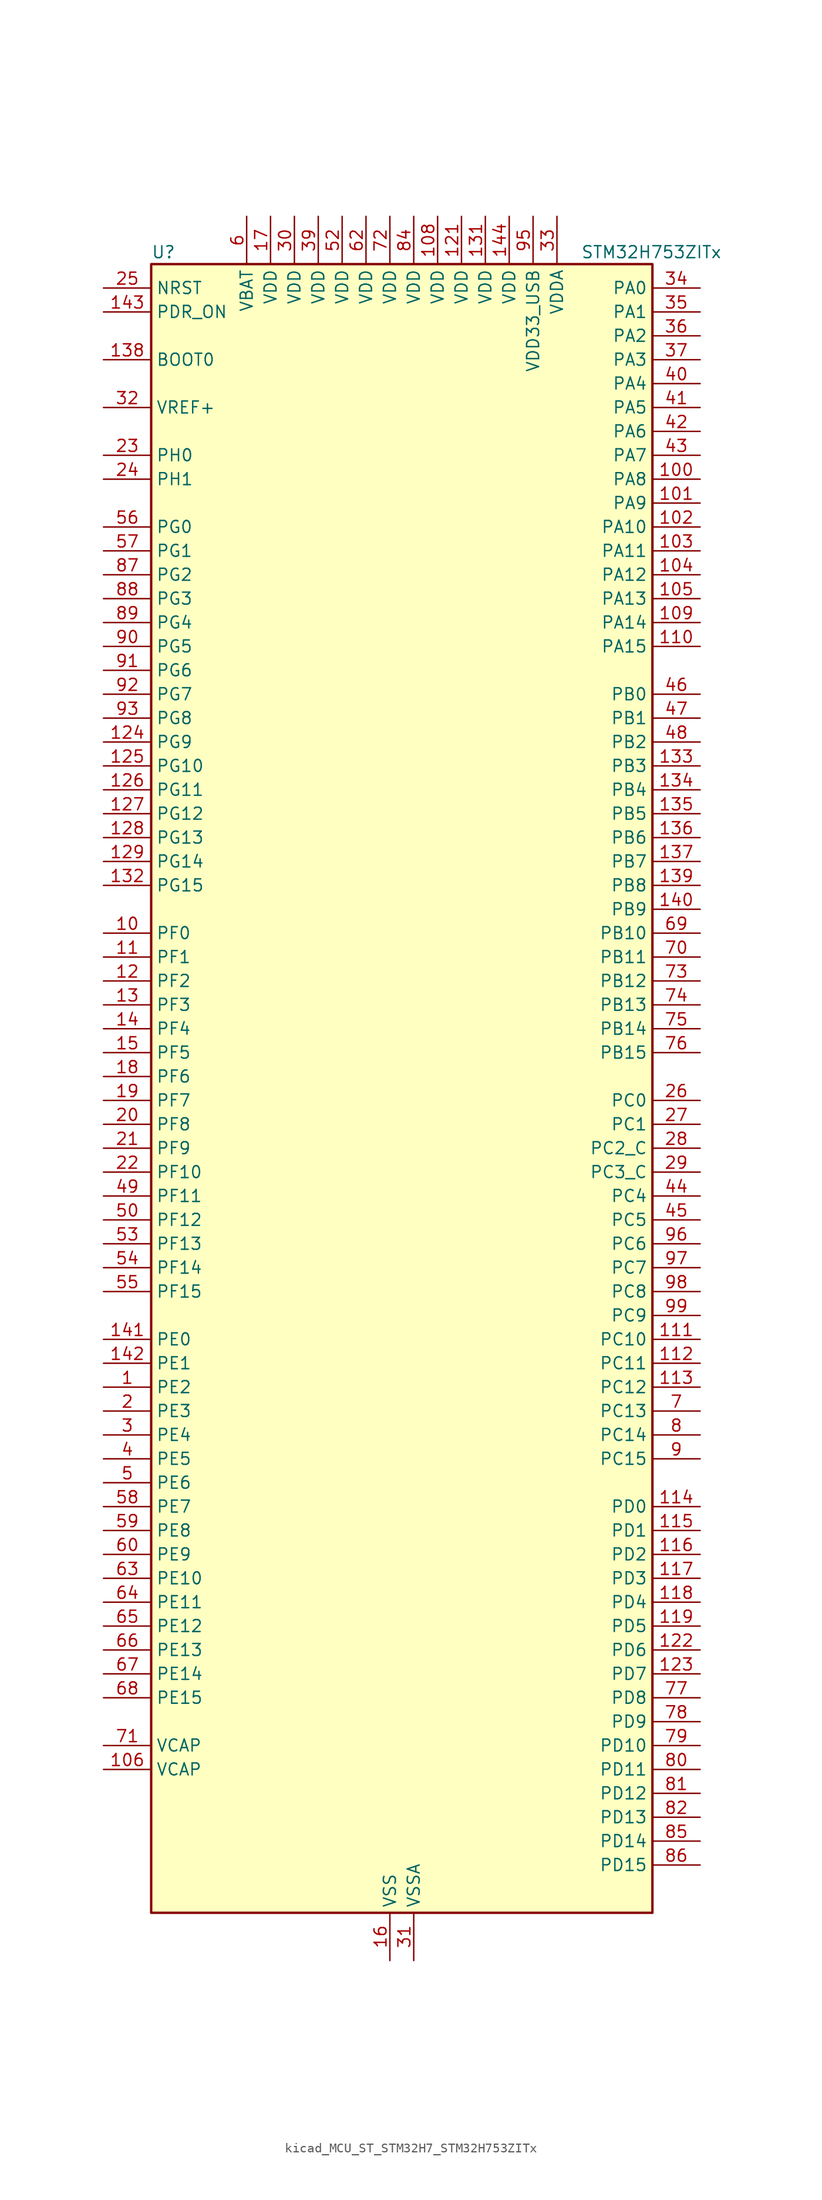
<source format=kicad_sym>
(kicad_symbol_lib
  (version 20220914)
  (generator kicad_symbol_editor)
  (symbol "kicad_MCU_ST_STM32H7_STM32H753ZITx"
    (property "Reference" "U"
      (at -25.4 90.17 0)
      (effects (font (size 1.27 1.27)) (justify left)))
    (property "Value" "STM32H753ZITx"
      (at 20.32 90.17 0)
      (effects (font (size 1.27 1.27)) (justify left)))
    (property "ki_locked" ""
      (at 0 0 0)
      (effects (font (size 1.27 1.27))))
    (symbol "kicad_MCU_ST_STM32H7_STM32H753ZITx_0_1"
      (rectangle (start -25.4 -86.36) (end 27.94 88.9) (stroke (width 0.254) (type default)) (fill (type background))))
    (symbol "kicad_MCU_ST_STM32H7_STM32H753ZITx_1_1"
      (pin bidirectional line (at -30.48 -30.48 0) (length 5.08) (name "PE2" (effects (font (size 1.27 1.27)))) (number "1" (effects (font (size 1.27 1.27)))) (alternate "DEBUG_TRACECLK" bidirectional line) (alternate "ETH_TXD3" bidirectional line) (alternate "FMC_A23" bidirectional line) (alternate "QUADSPI_BK1_IO2" bidirectional line) (alternate "SAI1_CK1" bidirectional line) (alternate "SAI1_MCLK_A" bidirectional line) (alternate "SAI4_CK1" bidirectional line) (alternate "SAI4_MCLK_A" bidirectional line) (alternate "SPI4_SCK" bidirectional line))
      (pin bidirectional line (at -30.48 17.78 0) (length 5.08) (name "PF0" (effects (font (size 1.27 1.27)))) (number "10" (effects (font (size 1.27 1.27)))) (alternate "FMC_A0" bidirectional line) (alternate "I2C2_SDA" bidirectional line))
      (pin bidirectional line (at 33.02 66.04 180) (length 5.08) (name "PA8" (effects (font (size 1.27 1.27)))) (number "100" (effects (font (size 1.27 1.27)))) (alternate "HRTIM_CHB2" bidirectional line) (alternate "I2C3_SCL" bidirectional line) (alternate "LTDC_B3" bidirectional line) (alternate "LTDC_R6" bidirectional line) (alternate "RCC_MCO_1" bidirectional line) (alternate "TIM1_CH1" bidirectional line) (alternate "TIM8_BKIN2" bidirectional line) (alternate "TIM8_BKIN2_COMP1" bidirectional line) (alternate "TIM8_BKIN2_COMP2" bidirectional line) (alternate "UART7_RX" bidirectional line) (alternate "USART1_CK" bidirectional line) (alternate "USB_OTG_FS_SOF" bidirectional line))
      (pin bidirectional line (at 33.02 63.5 180) (length 5.08) (name "PA9" (effects (font (size 1.27 1.27)))) (number "101" (effects (font (size 1.27 1.27)))) (alternate "DAC1_EXTI9" bidirectional line) (alternate "DCMI_D0" bidirectional line) (alternate "HRTIM_CHC1" bidirectional line) (alternate "I2C3_SMBA" bidirectional line) (alternate "I2S2_CK" bidirectional line) (alternate "LPUART1_TX" bidirectional line) (alternate "LTDC_R5" bidirectional line) (alternate "SPI2_SCK" bidirectional line) (alternate "TIM1_CH2" bidirectional line) (alternate "USART1_TX" bidirectional line) (alternate "USB_OTG_FS_VBUS" bidirectional line))
      (pin bidirectional line (at 33.02 60.96 180) (length 5.08) (name "PA10" (effects (font (size 1.27 1.27)))) (number "102" (effects (font (size 1.27 1.27)))) (alternate "DCMI_D1" bidirectional line) (alternate "HRTIM_CHC2" bidirectional line) (alternate "LPUART1_RX" bidirectional line) (alternate "LTDC_B1" bidirectional line) (alternate "LTDC_B4" bidirectional line) (alternate "MDIOS_MDIO" bidirectional line) (alternate "TIM1_CH3" bidirectional line) (alternate "USART1_RX" bidirectional line) (alternate "USB_OTG_FS_ID" bidirectional line))
      (pin bidirectional line (at 33.02 58.42 180) (length 5.08) (name "PA11" (effects (font (size 1.27 1.27)))) (number "103" (effects (font (size 1.27 1.27)))) (alternate "ADC1_EXTI11" bidirectional line) (alternate "ADC2_EXTI11" bidirectional line) (alternate "ADC3_EXTI11" bidirectional line) (alternate "FDCAN1_RX" bidirectional line) (alternate "HRTIM_CHD1" bidirectional line) (alternate "I2S2_WS" bidirectional line) (alternate "LPUART1_CTS" bidirectional line) (alternate "LTDC_R4" bidirectional line) (alternate "SPI2_NSS" bidirectional line) (alternate "TIM1_CH4" bidirectional line) (alternate "UART4_RX" bidirectional line) (alternate "USART1_CTS" bidirectional line) (alternate "USART1_NSS" bidirectional line) (alternate "USB_OTG_FS_DM" bidirectional line))
      (pin bidirectional line (at 33.02 55.88 180) (length 5.08) (name "PA12" (effects (font (size 1.27 1.27)))) (number "104" (effects (font (size 1.27 1.27)))) (alternate "FDCAN1_TX" bidirectional line) (alternate "HRTIM_CHD2" bidirectional line) (alternate "I2S2_CK" bidirectional line) (alternate "LPUART1_DE" bidirectional line) (alternate "LPUART1_RTS" bidirectional line) (alternate "LTDC_R5" bidirectional line) (alternate "SAI2_FS_B" bidirectional line) (alternate "SPI2_SCK" bidirectional line) (alternate "TIM1_ETR" bidirectional line) (alternate "UART4_TX" bidirectional line) (alternate "USART1_DE" bidirectional line) (alternate "USART1_RTS" bidirectional line) (alternate "USB_OTG_FS_DP" bidirectional line))
      (pin bidirectional line (at 33.02 53.34 180) (length 5.08) (name "PA13" (effects (font (size 1.27 1.27)))) (number "105" (effects (font (size 1.27 1.27)))) (alternate "DEBUG_JTMS-SWDIO" bidirectional line))
      (pin power_out line (at -30.48 -71.12 0) (length 5.08) (name "VCAP" (effects (font (size 1.27 1.27)))) (number "106" (effects (font (size 1.27 1.27)))))
      (pin passive line (at 0 -91.44 90) (length 5.08) hide (name "VSS" (effects (font (size 1.27 1.27)))) (number "107" (effects (font (size 1.27 1.27)))))
      (pin power_in line (at 5.08 93.98 270) (length 5.08) (name "VDD" (effects (font (size 1.27 1.27)))) (number "108" (effects (font (size 1.27 1.27)))))
      (pin bidirectional line (at 33.02 50.8 180) (length 5.08) (name "PA14" (effects (font (size 1.27 1.27)))) (number "109" (effects (font (size 1.27 1.27)))) (alternate "DEBUG_JTCK-SWCLK" bidirectional line))
      (pin bidirectional line (at -30.48 15.24 0) (length 5.08) (name "PF1" (effects (font (size 1.27 1.27)))) (number "11" (effects (font (size 1.27 1.27)))) (alternate "FMC_A1" bidirectional line) (alternate "I2C2_SCL" bidirectional line))
      (pin bidirectional line (at 33.02 48.26 180) (length 5.08) (name "PA15" (effects (font (size 1.27 1.27)))) (number "110" (effects (font (size 1.27 1.27)))) (alternate "ADC1_EXTI15" bidirectional line) (alternate "ADC2_EXTI15" bidirectional line) (alternate "ADC3_EXTI15" bidirectional line) (alternate "CEC" bidirectional line) (alternate "DEBUG_JTDI" bidirectional line) (alternate "HRTIM_FLT1" bidirectional line) (alternate "I2S1_WS" bidirectional line) (alternate "I2S3_WS" bidirectional line) (alternate "SPI1_NSS" bidirectional line) (alternate "SPI3_NSS" bidirectional line) (alternate "SPI6_NSS" bidirectional line) (alternate "TIM2_CH1" bidirectional line) (alternate "TIM2_ETR" bidirectional line) (alternate "UART4_DE" bidirectional line) (alternate "UART4_RTS" bidirectional line) (alternate "UART7_TX" bidirectional line))
      (pin bidirectional line (at 33.02 -25.4 180) (length 5.08) (name "PC10" (effects (font (size 1.27 1.27)))) (number "111" (effects (font (size 1.27 1.27)))) (alternate "DCMI_D8" bidirectional line) (alternate "DFSDM1_CKIN5" bidirectional line) (alternate "HRTIM_EEV1" bidirectional line) (alternate "I2S3_CK" bidirectional line) (alternate "LTDC_R2" bidirectional line) (alternate "QUADSPI_BK1_IO1" bidirectional line) (alternate "SDMMC1_D2" bidirectional line) (alternate "SPI3_SCK" bidirectional line) (alternate "UART4_TX" bidirectional line) (alternate "USART3_TX" bidirectional line))
      (pin bidirectional line (at 33.02 -27.94 180) (length 5.08) (name "PC11" (effects (font (size 1.27 1.27)))) (number "112" (effects (font (size 1.27 1.27)))) (alternate "ADC1_EXTI11" bidirectional line) (alternate "ADC2_EXTI11" bidirectional line) (alternate "ADC3_EXTI11" bidirectional line) (alternate "DCMI_D4" bidirectional line) (alternate "DFSDM1_DATIN5" bidirectional line) (alternate "HRTIM_FLT2" bidirectional line) (alternate "I2S3_SDI" bidirectional line) (alternate "QUADSPI_BK2_NCS" bidirectional line) (alternate "SDMMC1_D3" bidirectional line) (alternate "SPI3_MISO" bidirectional line) (alternate "UART4_RX" bidirectional line) (alternate "USART3_RX" bidirectional line))
      (pin bidirectional line (at 33.02 -30.48 180) (length 5.08) (name "PC12" (effects (font (size 1.27 1.27)))) (number "113" (effects (font (size 1.27 1.27)))) (alternate "DCMI_D9" bidirectional line) (alternate "DEBUG_TRACED3" bidirectional line) (alternate "HRTIM_EEV2" bidirectional line) (alternate "I2S3_SDO" bidirectional line) (alternate "SDMMC1_CK" bidirectional line) (alternate "SPI3_MOSI" bidirectional line) (alternate "UART5_TX" bidirectional line) (alternate "USART3_CK" bidirectional line))
      (pin bidirectional line (at 33.02 -43.18 180) (length 5.08) (name "PD0" (effects (font (size 1.27 1.27)))) (number "114" (effects (font (size 1.27 1.27)))) (alternate "DFSDM1_CKIN6" bidirectional line) (alternate "FDCAN1_RX" bidirectional line) (alternate "FMC_D2" bidirectional line) (alternate "FMC_DA2" bidirectional line) (alternate "SAI3_SCK_A" bidirectional line) (alternate "UART4_RX" bidirectional line))
      (pin bidirectional line (at 33.02 -45.72 180) (length 5.08) (name "PD1" (effects (font (size 1.27 1.27)))) (number "115" (effects (font (size 1.27 1.27)))) (alternate "DFSDM1_DATIN6" bidirectional line) (alternate "FDCAN1_TX" bidirectional line) (alternate "FMC_D3" bidirectional line) (alternate "FMC_DA3" bidirectional line) (alternate "SAI3_SD_A" bidirectional line) (alternate "UART4_TX" bidirectional line))
      (pin bidirectional line (at 33.02 -48.26 180) (length 5.08) (name "PD2" (effects (font (size 1.27 1.27)))) (number "116" (effects (font (size 1.27 1.27)))) (alternate "DCMI_D11" bidirectional line) (alternate "DEBUG_TRACED2" bidirectional line) (alternate "SDMMC1_CMD" bidirectional line) (alternate "TIM3_ETR" bidirectional line) (alternate "UART5_RX" bidirectional line))
      (pin bidirectional line (at 33.02 -50.8 180) (length 5.08) (name "PD3" (effects (font (size 1.27 1.27)))) (number "117" (effects (font (size 1.27 1.27)))) (alternate "DCMI_D5" bidirectional line) (alternate "DFSDM1_CKOUT" bidirectional line) (alternate "FMC_CLK" bidirectional line) (alternate "I2S2_CK" bidirectional line) (alternate "LTDC_G7" bidirectional line) (alternate "SPI2_SCK" bidirectional line) (alternate "USART2_CTS" bidirectional line) (alternate "USART2_NSS" bidirectional line))
      (pin bidirectional line (at 33.02 -53.34 180) (length 5.08) (name "PD4" (effects (font (size 1.27 1.27)))) (number "118" (effects (font (size 1.27 1.27)))) (alternate "FMC_NOE" bidirectional line) (alternate "HRTIM_FLT3" bidirectional line) (alternate "SAI3_FS_A" bidirectional line) (alternate "USART2_DE" bidirectional line) (alternate "USART2_RTS" bidirectional line))
      (pin bidirectional line (at 33.02 -55.88 180) (length 5.08) (name "PD5" (effects (font (size 1.27 1.27)))) (number "119" (effects (font (size 1.27 1.27)))) (alternate "FMC_NWE" bidirectional line) (alternate "HRTIM_EEV3" bidirectional line) (alternate "USART2_TX" bidirectional line))
      (pin bidirectional line (at -30.48 12.7 0) (length 5.08) (name "PF2" (effects (font (size 1.27 1.27)))) (number "12" (effects (font (size 1.27 1.27)))) (alternate "FMC_A2" bidirectional line) (alternate "I2C2_SMBA" bidirectional line))
      (pin passive line (at 0 -91.44 90) (length 5.08) hide (name "VSS" (effects (font (size 1.27 1.27)))) (number "120" (effects (font (size 1.27 1.27)))))
      (pin power_in line (at 7.62 93.98 270) (length 5.08) (name "VDD" (effects (font (size 1.27 1.27)))) (number "121" (effects (font (size 1.27 1.27)))))
      (pin bidirectional line (at 33.02 -58.42 180) (length 5.08) (name "PD6" (effects (font (size 1.27 1.27)))) (number "122" (effects (font (size 1.27 1.27)))) (alternate "DCMI_D10" bidirectional line) (alternate "DFSDM1_CKIN4" bidirectional line) (alternate "DFSDM1_DATIN1" bidirectional line) (alternate "FMC_NWAIT" bidirectional line) (alternate "I2S3_SDO" bidirectional line) (alternate "LTDC_B2" bidirectional line) (alternate "SAI1_D1" bidirectional line) (alternate "SAI1_SD_A" bidirectional line) (alternate "SAI4_D1" bidirectional line) (alternate "SAI4_SD_A" bidirectional line) (alternate "SDMMC2_CK" bidirectional line) (alternate "SPI3_MOSI" bidirectional line) (alternate "USART2_RX" bidirectional line))
      (pin bidirectional line (at 33.02 -60.96 180) (length 5.08) (name "PD7" (effects (font (size 1.27 1.27)))) (number "123" (effects (font (size 1.27 1.27)))) (alternate "DFSDM1_CKIN1" bidirectional line) (alternate "DFSDM1_DATIN4" bidirectional line) (alternate "FMC_NE1" bidirectional line) (alternate "I2S1_SDO" bidirectional line) (alternate "SDMMC2_CMD" bidirectional line) (alternate "SPDIFRX1_IN0" bidirectional line) (alternate "SPI1_MOSI" bidirectional line) (alternate "USART2_CK" bidirectional line))
      (pin bidirectional line (at -30.48 38.1 0) (length 5.08) (name "PG9" (effects (font (size 1.27 1.27)))) (number "124" (effects (font (size 1.27 1.27)))) (alternate "DAC1_EXTI9" bidirectional line) (alternate "DCMI_VSYNC" bidirectional line) (alternate "FMC_NCE" bidirectional line) (alternate "FMC_NE2" bidirectional line) (alternate "I2S1_SDI" bidirectional line) (alternate "QUADSPI_BK2_IO2" bidirectional line) (alternate "SAI2_FS_B" bidirectional line) (alternate "SPDIFRX1_IN3" bidirectional line) (alternate "SPI1_MISO" bidirectional line) (alternate "USART6_RX" bidirectional line))
      (pin bidirectional line (at -30.48 35.56 0) (length 5.08) (name "PG10" (effects (font (size 1.27 1.27)))) (number "125" (effects (font (size 1.27 1.27)))) (alternate "DCMI_D2" bidirectional line) (alternate "FMC_NE3" bidirectional line) (alternate "HRTIM_FLT5" bidirectional line) (alternate "I2S1_WS" bidirectional line) (alternate "LTDC_B2" bidirectional line) (alternate "LTDC_G3" bidirectional line) (alternate "SAI2_SD_B" bidirectional line) (alternate "SPI1_NSS" bidirectional line))
      (pin bidirectional line (at -30.48 33.02 0) (length 5.08) (name "PG11" (effects (font (size 1.27 1.27)))) (number "126" (effects (font (size 1.27 1.27)))) (alternate "ADC1_EXTI11" bidirectional line) (alternate "ADC2_EXTI11" bidirectional line) (alternate "ADC3_EXTI11" bidirectional line) (alternate "DCMI_D3" bidirectional line) (alternate "ETH_TX_EN" bidirectional line) (alternate "HRTIM_EEV4" bidirectional line) (alternate "I2S1_CK" bidirectional line) (alternate "LPTIM1_IN2" bidirectional line) (alternate "LTDC_B3" bidirectional line) (alternate "SDMMC2_D2" bidirectional line) (alternate "SPDIFRX1_IN0" bidirectional line) (alternate "SPI1_SCK" bidirectional line))
      (pin bidirectional line (at -30.48 30.48 0) (length 5.08) (name "PG12" (effects (font (size 1.27 1.27)))) (number "127" (effects (font (size 1.27 1.27)))) (alternate "ETH_TXD1" bidirectional line) (alternate "FMC_NE4" bidirectional line) (alternate "HRTIM_EEV5" bidirectional line) (alternate "LPTIM1_IN1" bidirectional line) (alternate "LTDC_B1" bidirectional line) (alternate "LTDC_B4" bidirectional line) (alternate "SPDIFRX1_IN1" bidirectional line) (alternate "SPI6_MISO" bidirectional line) (alternate "USART6_DE" bidirectional line) (alternate "USART6_RTS" bidirectional line))
      (pin bidirectional line (at -30.48 27.94 0) (length 5.08) (name "PG13" (effects (font (size 1.27 1.27)))) (number "128" (effects (font (size 1.27 1.27)))) (alternate "DEBUG_TRACED0" bidirectional line) (alternate "ETH_TXD0" bidirectional line) (alternate "FMC_A24" bidirectional line) (alternate "HRTIM_EEV10" bidirectional line) (alternate "LPTIM1_OUT" bidirectional line) (alternate "LTDC_R0" bidirectional line) (alternate "SPI6_SCK" bidirectional line) (alternate "USART6_CTS" bidirectional line) (alternate "USART6_NSS" bidirectional line))
      (pin bidirectional line (at -30.48 25.4 0) (length 5.08) (name "PG14" (effects (font (size 1.27 1.27)))) (number "129" (effects (font (size 1.27 1.27)))) (alternate "DEBUG_TRACED1" bidirectional line) (alternate "ETH_TXD1" bidirectional line) (alternate "FMC_A25" bidirectional line) (alternate "LPTIM1_ETR" bidirectional line) (alternate "LTDC_B0" bidirectional line) (alternate "QUADSPI_BK2_IO3" bidirectional line) (alternate "SPI6_MOSI" bidirectional line) (alternate "USART6_TX" bidirectional line))
      (pin bidirectional line (at -30.48 10.16 0) (length 5.08) (name "PF3" (effects (font (size 1.27 1.27)))) (number "13" (effects (font (size 1.27 1.27)))) (alternate "ADC3_INP5" bidirectional line) (alternate "FMC_A3" bidirectional line))
      (pin passive line (at 0 -91.44 90) (length 5.08) hide (name "VSS" (effects (font (size 1.27 1.27)))) (number "130" (effects (font (size 1.27 1.27)))))
      (pin power_in line (at 10.16 93.98 270) (length 5.08) (name "VDD" (effects (font (size 1.27 1.27)))) (number "131" (effects (font (size 1.27 1.27)))))
      (pin bidirectional line (at -30.48 22.86 0) (length 5.08) (name "PG15" (effects (font (size 1.27 1.27)))) (number "132" (effects (font (size 1.27 1.27)))) (alternate "ADC1_EXTI15" bidirectional line) (alternate "ADC2_EXTI15" bidirectional line) (alternate "ADC3_EXTI15" bidirectional line) (alternate "DCMI_D13" bidirectional line) (alternate "FMC_SDNCAS" bidirectional line) (alternate "USART6_CTS" bidirectional line) (alternate "USART6_NSS" bidirectional line))
      (pin bidirectional line (at 33.02 35.56 180) (length 5.08) (name "PB3" (effects (font (size 1.27 1.27)))) (number "133" (effects (font (size 1.27 1.27)))) (alternate "CRS_SYNC" bidirectional line) (alternate "DEBUG_JTDO-SWO" bidirectional line) (alternate "HRTIM_FLT4" bidirectional line) (alternate "I2S1_CK" bidirectional line) (alternate "I2S3_CK" bidirectional line) (alternate "SDMMC2_D2" bidirectional line) (alternate "SPI1_SCK" bidirectional line) (alternate "SPI3_SCK" bidirectional line) (alternate "SPI6_SCK" bidirectional line) (alternate "TIM2_CH2" bidirectional line) (alternate "UART7_RX" bidirectional line))
      (pin bidirectional line (at 33.02 33.02 180) (length 5.08) (name "PB4" (effects (font (size 1.27 1.27)))) (number "134" (effects (font (size 1.27 1.27)))) (alternate "DEBUG_JTRST" bidirectional line) (alternate "HRTIM_EEV6" bidirectional line) (alternate "I2S1_SDI" bidirectional line) (alternate "I2S2_WS" bidirectional line) (alternate "I2S3_SDI" bidirectional line) (alternate "SDMMC2_D3" bidirectional line) (alternate "SPI1_MISO" bidirectional line) (alternate "SPI2_NSS" bidirectional line) (alternate "SPI3_MISO" bidirectional line) (alternate "SPI6_MISO" bidirectional line) (alternate "TIM16_BKIN" bidirectional line) (alternate "TIM3_CH1" bidirectional line) (alternate "UART7_TX" bidirectional line))
      (pin bidirectional line (at 33.02 30.48 180) (length 5.08) (name "PB5" (effects (font (size 1.27 1.27)))) (number "135" (effects (font (size 1.27 1.27)))) (alternate "DCMI_D10" bidirectional line) (alternate "ETH_PPS_OUT" bidirectional line) (alternate "FDCAN2_RX" bidirectional line) (alternate "FMC_SDCKE1" bidirectional line) (alternate "HRTIM_EEV7" bidirectional line) (alternate "I2C1_SMBA" bidirectional line) (alternate "I2C4_SMBA" bidirectional line) (alternate "I2S1_SDO" bidirectional line) (alternate "I2S3_SDO" bidirectional line) (alternate "SPI1_MOSI" bidirectional line) (alternate "SPI3_MOSI" bidirectional line) (alternate "SPI6_MOSI" bidirectional line) (alternate "TIM17_BKIN" bidirectional line) (alternate "TIM3_CH2" bidirectional line) (alternate "UART5_RX" bidirectional line) (alternate "USB_OTG_HS_ULPI_D7" bidirectional line))
      (pin bidirectional line (at 33.02 27.94 180) (length 5.08) (name "PB6" (effects (font (size 1.27 1.27)))) (number "136" (effects (font (size 1.27 1.27)))) (alternate "CEC" bidirectional line) (alternate "DCMI_D5" bidirectional line) (alternate "DFSDM1_DATIN5" bidirectional line) (alternate "FDCAN2_TX" bidirectional line) (alternate "FMC_SDNE1" bidirectional line) (alternate "HRTIM_EEV8" bidirectional line) (alternate "I2C1_SCL" bidirectional line) (alternate "I2C4_SCL" bidirectional line) (alternate "LPUART1_TX" bidirectional line) (alternate "QUADSPI_BK1_NCS" bidirectional line) (alternate "TIM16_CH1N" bidirectional line) (alternate "TIM4_CH1" bidirectional line) (alternate "UART5_TX" bidirectional line) (alternate "USART1_TX" bidirectional line))
      (pin bidirectional line (at 33.02 25.4 180) (length 5.08) (name "PB7" (effects (font (size 1.27 1.27)))) (number "137" (effects (font (size 1.27 1.27)))) (alternate "DCMI_VSYNC" bidirectional line) (alternate "DFSDM1_CKIN5" bidirectional line) (alternate "FMC_NL" bidirectional line) (alternate "HRTIM_EEV9" bidirectional line) (alternate "I2C1_SDA" bidirectional line) (alternate "I2C4_SDA" bidirectional line) (alternate "LPUART1_RX" bidirectional line) (alternate "PWR_PVD_IN" bidirectional line) (alternate "TIM17_CH1N" bidirectional line) (alternate "TIM4_CH2" bidirectional line) (alternate "USART1_RX" bidirectional line))
      (pin input line (at -30.48 78.74 0) (length 5.08) (name "BOOT0" (effects (font (size 1.27 1.27)))) (number "138" (effects (font (size 1.27 1.27)))))
      (pin bidirectional line (at 33.02 22.86 180) (length 5.08) (name "PB8" (effects (font (size 1.27 1.27)))) (number "139" (effects (font (size 1.27 1.27)))) (alternate "DCMI_D6" bidirectional line) (alternate "DFSDM1_CKIN7" bidirectional line) (alternate "ETH_TXD3" bidirectional line) (alternate "FDCAN1_RX" bidirectional line) (alternate "I2C1_SCL" bidirectional line) (alternate "I2C4_SCL" bidirectional line) (alternate "LTDC_B6" bidirectional line) (alternate "SDMMC1_CKIN" bidirectional line) (alternate "SDMMC1_D4" bidirectional line) (alternate "SDMMC2_D4" bidirectional line) (alternate "TIM16_CH1" bidirectional line) (alternate "TIM4_CH3" bidirectional line) (alternate "UART4_RX" bidirectional line))
      (pin bidirectional line (at -30.48 7.62 0) (length 5.08) (name "PF4" (effects (font (size 1.27 1.27)))) (number "14" (effects (font (size 1.27 1.27)))) (alternate "ADC3_INN5" bidirectional line) (alternate "ADC3_INP9" bidirectional line) (alternate "FMC_A4" bidirectional line))
      (pin bidirectional line (at 33.02 20.32 180) (length 5.08) (name "PB9" (effects (font (size 1.27 1.27)))) (number "140" (effects (font (size 1.27 1.27)))) (alternate "DAC1_EXTI9" bidirectional line) (alternate "DCMI_D7" bidirectional line) (alternate "DFSDM1_DATIN7" bidirectional line) (alternate "FDCAN1_TX" bidirectional line) (alternate "I2C1_SDA" bidirectional line) (alternate "I2C4_SDA" bidirectional line) (alternate "I2C4_SMBA" bidirectional line) (alternate "I2S2_WS" bidirectional line) (alternate "LTDC_B7" bidirectional line) (alternate "SDMMC1_CDIR" bidirectional line) (alternate "SDMMC1_D5" bidirectional line) (alternate "SDMMC2_D5" bidirectional line) (alternate "SPI2_NSS" bidirectional line) (alternate "TIM17_CH1" bidirectional line) (alternate "TIM4_CH4" bidirectional line) (alternate "UART4_TX" bidirectional line))
      (pin bidirectional line (at -30.48 -25.4 0) (length 5.08) (name "PE0" (effects (font (size 1.27 1.27)))) (number "141" (effects (font (size 1.27 1.27)))) (alternate "DCMI_D2" bidirectional line) (alternate "FMC_NBL0" bidirectional line) (alternate "HRTIM_SCIN" bidirectional line) (alternate "LPTIM1_ETR" bidirectional line) (alternate "LPTIM2_ETR" bidirectional line) (alternate "SAI2_MCLK_A" bidirectional line) (alternate "TIM4_ETR" bidirectional line) (alternate "UART8_RX" bidirectional line))
      (pin bidirectional line (at -30.48 -27.94 0) (length 5.08) (name "PE1" (effects (font (size 1.27 1.27)))) (number "142" (effects (font (size 1.27 1.27)))) (alternate "DCMI_D3" bidirectional line) (alternate "FMC_NBL1" bidirectional line) (alternate "HRTIM_SCOUT" bidirectional line) (alternate "LPTIM1_IN2" bidirectional line) (alternate "UART8_TX" bidirectional line))
      (pin input line (at -30.48 83.82 0) (length 5.08) (name "PDR_ON" (effects (font (size 1.27 1.27)))) (number "143" (effects (font (size 1.27 1.27)))))
      (pin power_in line (at 12.7 93.98 270) (length 5.08) (name "VDD" (effects (font (size 1.27 1.27)))) (number "144" (effects (font (size 1.27 1.27)))))
      (pin bidirectional line (at -30.48 5.08 0) (length 5.08) (name "PF5" (effects (font (size 1.27 1.27)))) (number "15" (effects (font (size 1.27 1.27)))) (alternate "ADC3_INP4" bidirectional line) (alternate "FMC_A5" bidirectional line))
      (pin power_in line (at 0 -91.44 90) (length 5.08) (name "VSS" (effects (font (size 1.27 1.27)))) (number "16" (effects (font (size 1.27 1.27)))))
      (pin power_in line (at -12.7 93.98 270) (length 5.08) (name "VDD" (effects (font (size 1.27 1.27)))) (number "17" (effects (font (size 1.27 1.27)))))
      (pin bidirectional line (at -30.48 2.54 0) (length 5.08) (name "PF6" (effects (font (size 1.27 1.27)))) (number "18" (effects (font (size 1.27 1.27)))) (alternate "ADC3_INN4" bidirectional line) (alternate "ADC3_INP8" bidirectional line) (alternate "QUADSPI_BK1_IO3" bidirectional line) (alternate "SAI1_SD_B" bidirectional line) (alternate "SAI4_SD_B" bidirectional line) (alternate "SPI5_NSS" bidirectional line) (alternate "TIM16_CH1" bidirectional line) (alternate "UART7_RX" bidirectional line))
      (pin bidirectional line (at -30.48 0 0) (length 5.08) (name "PF7" (effects (font (size 1.27 1.27)))) (number "19" (effects (font (size 1.27 1.27)))) (alternate "ADC3_INP3" bidirectional line) (alternate "QUADSPI_BK1_IO2" bidirectional line) (alternate "SAI1_MCLK_B" bidirectional line) (alternate "SAI4_MCLK_B" bidirectional line) (alternate "SPI5_SCK" bidirectional line) (alternate "TIM17_CH1" bidirectional line) (alternate "UART7_TX" bidirectional line))
      (pin bidirectional line (at -30.48 -33.02 0) (length 5.08) (name "PE3" (effects (font (size 1.27 1.27)))) (number "2" (effects (font (size 1.27 1.27)))) (alternate "DEBUG_TRACED0" bidirectional line) (alternate "FMC_A19" bidirectional line) (alternate "SAI1_SD_B" bidirectional line) (alternate "SAI4_SD_B" bidirectional line) (alternate "TIM15_BKIN" bidirectional line))
      (pin bidirectional line (at -30.48 -2.54 0) (length 5.08) (name "PF8" (effects (font (size 1.27 1.27)))) (number "20" (effects (font (size 1.27 1.27)))) (alternate "ADC3_INN3" bidirectional line) (alternate "ADC3_INP7" bidirectional line) (alternate "QUADSPI_BK1_IO0" bidirectional line) (alternate "SAI1_SCK_B" bidirectional line) (alternate "SAI4_SCK_B" bidirectional line) (alternate "SPI5_MISO" bidirectional line) (alternate "TIM13_CH1" bidirectional line) (alternate "TIM16_CH1N" bidirectional line) (alternate "UART7_DE" bidirectional line) (alternate "UART7_RTS" bidirectional line))
      (pin bidirectional line (at -30.48 -5.08 0) (length 5.08) (name "PF9" (effects (font (size 1.27 1.27)))) (number "21" (effects (font (size 1.27 1.27)))) (alternate "ADC3_INP2" bidirectional line) (alternate "DAC1_EXTI9" bidirectional line) (alternate "QUADSPI_BK1_IO1" bidirectional line) (alternate "SAI1_FS_B" bidirectional line) (alternate "SAI4_FS_B" bidirectional line) (alternate "SPI5_MOSI" bidirectional line) (alternate "TIM14_CH1" bidirectional line) (alternate "TIM17_CH1N" bidirectional line) (alternate "UART7_CTS" bidirectional line))
      (pin bidirectional line (at -30.48 -7.62 0) (length 5.08) (name "PF10" (effects (font (size 1.27 1.27)))) (number "22" (effects (font (size 1.27 1.27)))) (alternate "ADC3_INN2" bidirectional line) (alternate "ADC3_INP6" bidirectional line) (alternate "DCMI_D11" bidirectional line) (alternate "LTDC_DE" bidirectional line) (alternate "QUADSPI_CLK" bidirectional line) (alternate "SAI1_D3" bidirectional line) (alternate "SAI4_D3" bidirectional line) (alternate "TIM16_BKIN" bidirectional line))
      (pin bidirectional line (at -30.48 68.58 0) (length 5.08) (name "PH0" (effects (font (size 1.27 1.27)))) (number "23" (effects (font (size 1.27 1.27)))) (alternate "RCC_OSC_IN" bidirectional line))
      (pin bidirectional line (at -30.48 66.04 0) (length 5.08) (name "PH1" (effects (font (size 1.27 1.27)))) (number "24" (effects (font (size 1.27 1.27)))) (alternate "RCC_OSC_OUT" bidirectional line))
      (pin input line (at -30.48 86.36 0) (length 5.08) (name "NRST" (effects (font (size 1.27 1.27)))) (number "25" (effects (font (size 1.27 1.27)))))
      (pin bidirectional line (at 33.02 0 180) (length 5.08) (name "PC0" (effects (font (size 1.27 1.27)))) (number "26" (effects (font (size 1.27 1.27)))) (alternate "ADC1_INP10" bidirectional line) (alternate "ADC2_INP10" bidirectional line) (alternate "ADC3_INP10" bidirectional line) (alternate "DFSDM1_CKIN0" bidirectional line) (alternate "DFSDM1_DATIN4" bidirectional line) (alternate "FMC_SDNWE" bidirectional line) (alternate "LTDC_R5" bidirectional line) (alternate "SAI2_FS_B" bidirectional line) (alternate "USB_OTG_HS_ULPI_STP" bidirectional line))
      (pin bidirectional line (at 33.02 -2.54 180) (length 5.08) (name "PC1" (effects (font (size 1.27 1.27)))) (number "27" (effects (font (size 1.27 1.27)))) (alternate "ADC1_INN10" bidirectional line) (alternate "ADC1_INP11" bidirectional line) (alternate "ADC2_INN10" bidirectional line) (alternate "ADC2_INP11" bidirectional line) (alternate "ADC3_INN10" bidirectional line) (alternate "ADC3_INP11" bidirectional line) (alternate "DEBUG_TRACED0" bidirectional line) (alternate "DFSDM1_CKIN4" bidirectional line) (alternate "DFSDM1_DATIN0" bidirectional line) (alternate "ETH_MDC" bidirectional line) (alternate "I2S2_SDO" bidirectional line) (alternate "MDIOS_MDC" bidirectional line) (alternate "PWR_WKUP5" bidirectional line) (alternate "RTC_TAMP3" bidirectional line) (alternate "SAI1_D1" bidirectional line) (alternate "SAI1_SD_A" bidirectional line) (alternate "SAI4_D1" bidirectional line) (alternate "SAI4_SD_A" bidirectional line) (alternate "SDMMC2_CK" bidirectional line) (alternate "SPI2_MOSI" bidirectional line))
      (pin bidirectional line (at 33.02 -5.08 180) (length 5.08) (name "PC2_C" (effects (font (size 1.27 1.27)))) (number "28" (effects (font (size 1.27 1.27)))) (alternate "ADC3_INN1" bidirectional line) (alternate "ADC3_INP0" bidirectional line) (alternate "DFSDM1_CKIN1" bidirectional line) (alternate "DFSDM1_CKOUT" bidirectional line) (alternate "ETH_TXD2" bidirectional line) (alternate "FMC_SDNE0" bidirectional line) (alternate "I2S2_SDI" bidirectional line) (alternate "PWR_CSTOP" bidirectional line) (alternate "SPI2_MISO" bidirectional line) (alternate "USB_OTG_HS_ULPI_DIR" bidirectional line))
      (pin bidirectional line (at 33.02 -7.62 180) (length 5.08) (name "PC3_C" (effects (font (size 1.27 1.27)))) (number "29" (effects (font (size 1.27 1.27)))) (alternate "ADC3_INP1" bidirectional line) (alternate "DFSDM1_DATIN1" bidirectional line) (alternate "ETH_TX_CLK" bidirectional line) (alternate "FMC_SDCKE0" bidirectional line) (alternate "I2S2_SDO" bidirectional line) (alternate "PWR_CSLEEP" bidirectional line) (alternate "SPI2_MOSI" bidirectional line) (alternate "USB_OTG_HS_ULPI_NXT" bidirectional line))
      (pin bidirectional line (at -30.48 -35.56 0) (length 5.08) (name "PE4" (effects (font (size 1.27 1.27)))) (number "3" (effects (font (size 1.27 1.27)))) (alternate "DCMI_D4" bidirectional line) (alternate "DEBUG_TRACED1" bidirectional line) (alternate "DFSDM1_DATIN3" bidirectional line) (alternate "FMC_A20" bidirectional line) (alternate "LTDC_B0" bidirectional line) (alternate "SAI1_D2" bidirectional line) (alternate "SAI1_FS_A" bidirectional line) (alternate "SAI4_D2" bidirectional line) (alternate "SAI4_FS_A" bidirectional line) (alternate "SPI4_NSS" bidirectional line) (alternate "TIM15_CH1N" bidirectional line))
      (pin power_in line (at -10.16 93.98 270) (length 5.08) (name "VDD" (effects (font (size 1.27 1.27)))) (number "30" (effects (font (size 1.27 1.27)))))
      (pin power_in line (at 2.54 -91.44 90) (length 5.08) (name "VSSA" (effects (font (size 1.27 1.27)))) (number "31" (effects (font (size 1.27 1.27)))))
      (pin input line (at -30.48 73.66 0) (length 5.08) (name "VREF+" (effects (font (size 1.27 1.27)))) (number "32" (effects (font (size 1.27 1.27)))) (alternate "VREFBUF_OUT" bidirectional line))
      (pin power_in line (at 17.78 93.98 270) (length 5.08) (name "VDDA" (effects (font (size 1.27 1.27)))) (number "33" (effects (font (size 1.27 1.27)))))
      (pin bidirectional line (at 33.02 86.36 180) (length 5.08) (name "PA0" (effects (font (size 1.27 1.27)))) (number "34" (effects (font (size 1.27 1.27)))) (alternate "ADC1_INP16" bidirectional line) (alternate "ETH_CRS" bidirectional line) (alternate "PWR_WKUP0" bidirectional line) (alternate "SAI2_SD_B" bidirectional line) (alternate "SDMMC2_CMD" bidirectional line) (alternate "TIM15_BKIN" bidirectional line) (alternate "TIM2_CH1" bidirectional line) (alternate "TIM2_ETR" bidirectional line) (alternate "TIM5_CH1" bidirectional line) (alternate "TIM8_ETR" bidirectional line) (alternate "UART4_TX" bidirectional line) (alternate "USART2_CTS" bidirectional line) (alternate "USART2_NSS" bidirectional line))
      (pin bidirectional line (at 33.02 83.82 180) (length 5.08) (name "PA1" (effects (font (size 1.27 1.27)))) (number "35" (effects (font (size 1.27 1.27)))) (alternate "ADC1_INN16" bidirectional line) (alternate "ADC1_INP17" bidirectional line) (alternate "ETH_REF_CLK" bidirectional line) (alternate "ETH_RX_CLK" bidirectional line) (alternate "LPTIM3_OUT" bidirectional line) (alternate "LTDC_R2" bidirectional line) (alternate "QUADSPI_BK1_IO3" bidirectional line) (alternate "SAI2_MCLK_B" bidirectional line) (alternate "TIM15_CH1N" bidirectional line) (alternate "TIM2_CH2" bidirectional line) (alternate "TIM5_CH2" bidirectional line) (alternate "UART4_RX" bidirectional line) (alternate "USART2_DE" bidirectional line) (alternate "USART2_RTS" bidirectional line))
      (pin bidirectional line (at 33.02 81.28 180) (length 5.08) (name "PA2" (effects (font (size 1.27 1.27)))) (number "36" (effects (font (size 1.27 1.27)))) (alternate "ADC1_INP14" bidirectional line) (alternate "ADC2_INP14" bidirectional line) (alternate "ETH_MDIO" bidirectional line) (alternate "LPTIM4_OUT" bidirectional line) (alternate "LTDC_R1" bidirectional line) (alternate "MDIOS_MDIO" bidirectional line) (alternate "PWR_WKUP1" bidirectional line) (alternate "SAI2_SCK_B" bidirectional line) (alternate "TIM15_CH1" bidirectional line) (alternate "TIM2_CH3" bidirectional line) (alternate "TIM5_CH3" bidirectional line) (alternate "USART2_TX" bidirectional line))
      (pin bidirectional line (at 33.02 78.74 180) (length 5.08) (name "PA3" (effects (font (size 1.27 1.27)))) (number "37" (effects (font (size 1.27 1.27)))) (alternate "ADC1_INP15" bidirectional line) (alternate "ADC2_INP15" bidirectional line) (alternate "ETH_COL" bidirectional line) (alternate "LPTIM5_OUT" bidirectional line) (alternate "LTDC_B2" bidirectional line) (alternate "LTDC_B5" bidirectional line) (alternate "TIM15_CH2" bidirectional line) (alternate "TIM2_CH4" bidirectional line) (alternate "TIM5_CH4" bidirectional line) (alternate "USART2_RX" bidirectional line) (alternate "USB_OTG_HS_ULPI_D0" bidirectional line))
      (pin passive line (at 0 -91.44 90) (length 5.08) hide (name "VSS" (effects (font (size 1.27 1.27)))) (number "38" (effects (font (size 1.27 1.27)))))
      (pin power_in line (at -7.62 93.98 270) (length 5.08) (name "VDD" (effects (font (size 1.27 1.27)))) (number "39" (effects (font (size 1.27 1.27)))))
      (pin bidirectional line (at -30.48 -38.1 0) (length 5.08) (name "PE5" (effects (font (size 1.27 1.27)))) (number "4" (effects (font (size 1.27 1.27)))) (alternate "DCMI_D6" bidirectional line) (alternate "DEBUG_TRACED2" bidirectional line) (alternate "DFSDM1_CKIN3" bidirectional line) (alternate "FMC_A21" bidirectional line) (alternate "LTDC_G0" bidirectional line) (alternate "SAI1_CK2" bidirectional line) (alternate "SAI1_SCK_A" bidirectional line) (alternate "SAI4_CK2" bidirectional line) (alternate "SAI4_SCK_A" bidirectional line) (alternate "SPI4_MISO" bidirectional line) (alternate "TIM15_CH1" bidirectional line))
      (pin bidirectional line (at 33.02 76.2 180) (length 5.08) (name "PA4" (effects (font (size 1.27 1.27)))) (number "40" (effects (font (size 1.27 1.27)))) (alternate "ADC1_INP18" bidirectional line) (alternate "ADC2_INP18" bidirectional line) (alternate "DAC1_OUT1" bidirectional line) (alternate "DCMI_HSYNC" bidirectional line) (alternate "I2S1_WS" bidirectional line) (alternate "I2S3_WS" bidirectional line) (alternate "LTDC_VSYNC" bidirectional line) (alternate "SPI1_NSS" bidirectional line) (alternate "SPI3_NSS" bidirectional line) (alternate "SPI6_NSS" bidirectional line) (alternate "TIM5_ETR" bidirectional line) (alternate "USART2_CK" bidirectional line) (alternate "USB_OTG_HS_SOF" bidirectional line))
      (pin bidirectional line (at 33.02 73.66 180) (length 5.08) (name "PA5" (effects (font (size 1.27 1.27)))) (number "41" (effects (font (size 1.27 1.27)))) (alternate "ADC1_INN18" bidirectional line) (alternate "ADC1_INP19" bidirectional line) (alternate "ADC2_INN18" bidirectional line) (alternate "ADC2_INP19" bidirectional line) (alternate "DAC1_OUT2" bidirectional line) (alternate "I2S1_CK" bidirectional line) (alternate "LTDC_R4" bidirectional line) (alternate "PWR_NDSTOP2" bidirectional line) (alternate "SPI1_SCK" bidirectional line) (alternate "SPI6_SCK" bidirectional line) (alternate "TIM2_CH1" bidirectional line) (alternate "TIM2_ETR" bidirectional line) (alternate "TIM8_CH1N" bidirectional line) (alternate "USB_OTG_HS_ULPI_CK" bidirectional line))
      (pin bidirectional line (at 33.02 71.12 180) (length 5.08) (name "PA6" (effects (font (size 1.27 1.27)))) (number "42" (effects (font (size 1.27 1.27)))) (alternate "ADC1_INP3" bidirectional line) (alternate "ADC2_INP3" bidirectional line) (alternate "DCMI_PIXCLK" bidirectional line) (alternate "I2S1_SDI" bidirectional line) (alternate "LTDC_G2" bidirectional line) (alternate "MDIOS_MDC" bidirectional line) (alternate "SPI1_MISO" bidirectional line) (alternate "SPI6_MISO" bidirectional line) (alternate "TIM13_CH1" bidirectional line) (alternate "TIM1_BKIN" bidirectional line) (alternate "TIM1_BKIN_COMP1" bidirectional line) (alternate "TIM1_BKIN_COMP2" bidirectional line) (alternate "TIM3_CH1" bidirectional line) (alternate "TIM8_BKIN" bidirectional line) (alternate "TIM8_BKIN_COMP1" bidirectional line) (alternate "TIM8_BKIN_COMP2" bidirectional line))
      (pin bidirectional line (at 33.02 68.58 180) (length 5.08) (name "PA7" (effects (font (size 1.27 1.27)))) (number "43" (effects (font (size 1.27 1.27)))) (alternate "ADC1_INN3" bidirectional line) (alternate "ADC1_INP7" bidirectional line) (alternate "ADC2_INN3" bidirectional line) (alternate "ADC2_INP7" bidirectional line) (alternate "ETH_CRS_DV" bidirectional line) (alternate "ETH_RX_DV" bidirectional line) (alternate "FMC_SDNWE" bidirectional line) (alternate "I2S1_SDO" bidirectional line) (alternate "OPAMP1_VINM" bidirectional line) (alternate "OPAMP1_VINM1" bidirectional line) (alternate "SPI1_MOSI" bidirectional line) (alternate "SPI6_MOSI" bidirectional line) (alternate "TIM14_CH1" bidirectional line) (alternate "TIM1_CH1N" bidirectional line) (alternate "TIM3_CH2" bidirectional line) (alternate "TIM8_CH1N" bidirectional line))
      (pin bidirectional line (at 33.02 -10.16 180) (length 5.08) (name "PC4" (effects (font (size 1.27 1.27)))) (number "44" (effects (font (size 1.27 1.27)))) (alternate "ADC1_INP4" bidirectional line) (alternate "ADC2_INP4" bidirectional line) (alternate "COMP1_INM" bidirectional line) (alternate "DFSDM1_CKIN2" bidirectional line) (alternate "ETH_RXD0" bidirectional line) (alternate "FMC_SDNE0" bidirectional line) (alternate "I2S1_MCK" bidirectional line) (alternate "OPAMP1_VOUT" bidirectional line) (alternate "SPDIFRX1_IN2" bidirectional line))
      (pin bidirectional line (at 33.02 -12.7 180) (length 5.08) (name "PC5" (effects (font (size 1.27 1.27)))) (number "45" (effects (font (size 1.27 1.27)))) (alternate "ADC1_INN4" bidirectional line) (alternate "ADC1_INP8" bidirectional line) (alternate "ADC2_INN4" bidirectional line) (alternate "ADC2_INP8" bidirectional line) (alternate "COMP1_OUT" bidirectional line) (alternate "DFSDM1_DATIN2" bidirectional line) (alternate "ETH_RXD1" bidirectional line) (alternate "FMC_SDCKE0" bidirectional line) (alternate "OPAMP1_VINM" bidirectional line) (alternate "OPAMP1_VINM0" bidirectional line) (alternate "SAI1_D3" bidirectional line) (alternate "SAI4_D3" bidirectional line) (alternate "SPDIFRX1_IN3" bidirectional line))
      (pin bidirectional line (at 33.02 43.18 180) (length 5.08) (name "PB0" (effects (font (size 1.27 1.27)))) (number "46" (effects (font (size 1.27 1.27)))) (alternate "ADC1_INN5" bidirectional line) (alternate "ADC1_INP9" bidirectional line) (alternate "ADC2_INN5" bidirectional line) (alternate "ADC2_INP9" bidirectional line) (alternate "COMP1_INP" bidirectional line) (alternate "DFSDM1_CKOUT" bidirectional line) (alternate "ETH_RXD2" bidirectional line) (alternate "LTDC_G1" bidirectional line) (alternate "LTDC_R3" bidirectional line) (alternate "OPAMP1_VINP" bidirectional line) (alternate "TIM1_CH2N" bidirectional line) (alternate "TIM3_CH3" bidirectional line) (alternate "TIM8_CH2N" bidirectional line) (alternate "UART4_CTS" bidirectional line) (alternate "USB_OTG_HS_ULPI_D1" bidirectional line))
      (pin bidirectional line (at 33.02 40.64 180) (length 5.08) (name "PB1" (effects (font (size 1.27 1.27)))) (number "47" (effects (font (size 1.27 1.27)))) (alternate "ADC1_INP5" bidirectional line) (alternate "ADC2_INP5" bidirectional line) (alternate "COMP1_INM" bidirectional line) (alternate "DFSDM1_DATIN1" bidirectional line) (alternate "ETH_RXD3" bidirectional line) (alternate "LTDC_G0" bidirectional line) (alternate "LTDC_R6" bidirectional line) (alternate "TIM1_CH3N" bidirectional line) (alternate "TIM3_CH4" bidirectional line) (alternate "TIM8_CH3N" bidirectional line) (alternate "USB_OTG_HS_ULPI_D2" bidirectional line))
      (pin bidirectional line (at 33.02 38.1 180) (length 5.08) (name "PB2" (effects (font (size 1.27 1.27)))) (number "48" (effects (font (size 1.27 1.27)))) (alternate "COMP1_INP" bidirectional line) (alternate "DFSDM1_CKIN1" bidirectional line) (alternate "I2S3_SDO" bidirectional line) (alternate "QUADSPI_CLK" bidirectional line) (alternate "RTC_OUT_ALARM" bidirectional line) (alternate "RTC_OUT_CALIB" bidirectional line) (alternate "SAI1_D1" bidirectional line) (alternate "SAI1_SD_A" bidirectional line) (alternate "SAI4_D1" bidirectional line) (alternate "SAI4_SD_A" bidirectional line) (alternate "SPI3_MOSI" bidirectional line))
      (pin bidirectional line (at -30.48 -10.16 0) (length 5.08) (name "PF11" (effects (font (size 1.27 1.27)))) (number "49" (effects (font (size 1.27 1.27)))) (alternate "ADC1_EXTI11" bidirectional line) (alternate "ADC1_INP2" bidirectional line) (alternate "ADC2_EXTI11" bidirectional line) (alternate "ADC3_EXTI11" bidirectional line) (alternate "DCMI_D12" bidirectional line) (alternate "FMC_SDNRAS" bidirectional line) (alternate "SAI2_SD_B" bidirectional line) (alternate "SPI5_MOSI" bidirectional line))
      (pin bidirectional line (at -30.48 -40.64 0) (length 5.08) (name "PE6" (effects (font (size 1.27 1.27)))) (number "5" (effects (font (size 1.27 1.27)))) (alternate "DCMI_D7" bidirectional line) (alternate "DEBUG_TRACED3" bidirectional line) (alternate "FMC_A22" bidirectional line) (alternate "LTDC_G1" bidirectional line) (alternate "SAI1_D1" bidirectional line) (alternate "SAI1_SD_A" bidirectional line) (alternate "SAI2_MCLK_B" bidirectional line) (alternate "SAI4_D1" bidirectional line) (alternate "SAI4_SD_A" bidirectional line) (alternate "SPI4_MOSI" bidirectional line) (alternate "TIM15_CH2" bidirectional line) (alternate "TIM1_BKIN2" bidirectional line) (alternate "TIM1_BKIN2_COMP1" bidirectional line) (alternate "TIM1_BKIN2_COMP2" bidirectional line))
      (pin bidirectional line (at -30.48 -12.7 0) (length 5.08) (name "PF12" (effects (font (size 1.27 1.27)))) (number "50" (effects (font (size 1.27 1.27)))) (alternate "ADC1_INN2" bidirectional line) (alternate "ADC1_INP6" bidirectional line) (alternate "FMC_A6" bidirectional line))
      (pin passive line (at 0 -91.44 90) (length 5.08) hide (name "VSS" (effects (font (size 1.27 1.27)))) (number "51" (effects (font (size 1.27 1.27)))))
      (pin power_in line (at -5.08 93.98 270) (length 5.08) (name "VDD" (effects (font (size 1.27 1.27)))) (number "52" (effects (font (size 1.27 1.27)))))
      (pin bidirectional line (at -30.48 -15.24 0) (length 5.08) (name "PF13" (effects (font (size 1.27 1.27)))) (number "53" (effects (font (size 1.27 1.27)))) (alternate "ADC2_INP2" bidirectional line) (alternate "DFSDM1_DATIN6" bidirectional line) (alternate "FMC_A7" bidirectional line) (alternate "I2C4_SMBA" bidirectional line))
      (pin bidirectional line (at -30.48 -17.78 0) (length 5.08) (name "PF14" (effects (font (size 1.27 1.27)))) (number "54" (effects (font (size 1.27 1.27)))) (alternate "ADC2_INN2" bidirectional line) (alternate "ADC2_INP6" bidirectional line) (alternate "DFSDM1_CKIN6" bidirectional line) (alternate "FMC_A8" bidirectional line) (alternate "I2C4_SCL" bidirectional line))
      (pin bidirectional line (at -30.48 -20.32 0) (length 5.08) (name "PF15" (effects (font (size 1.27 1.27)))) (number "55" (effects (font (size 1.27 1.27)))) (alternate "ADC1_EXTI15" bidirectional line) (alternate "ADC2_EXTI15" bidirectional line) (alternate "ADC3_EXTI15" bidirectional line) (alternate "FMC_A9" bidirectional line) (alternate "I2C4_SDA" bidirectional line))
      (pin bidirectional line (at -30.48 60.96 0) (length 5.08) (name "PG0" (effects (font (size 1.27 1.27)))) (number "56" (effects (font (size 1.27 1.27)))) (alternate "FMC_A10" bidirectional line))
      (pin bidirectional line (at -30.48 58.42 0) (length 5.08) (name "PG1" (effects (font (size 1.27 1.27)))) (number "57" (effects (font (size 1.27 1.27)))) (alternate "FMC_A11" bidirectional line) (alternate "OPAMP2_VINM" bidirectional line) (alternate "OPAMP2_VINM1" bidirectional line))
      (pin bidirectional line (at -30.48 -43.18 0) (length 5.08) (name "PE7" (effects (font (size 1.27 1.27)))) (number "58" (effects (font (size 1.27 1.27)))) (alternate "COMP2_INM" bidirectional line) (alternate "DFSDM1_DATIN2" bidirectional line) (alternate "FMC_D4" bidirectional line) (alternate "FMC_DA4" bidirectional line) (alternate "OPAMP2_VOUT" bidirectional line) (alternate "QUADSPI_BK2_IO0" bidirectional line) (alternate "TIM1_ETR" bidirectional line) (alternate "UART7_RX" bidirectional line))
      (pin bidirectional line (at -30.48 -45.72 0) (length 5.08) (name "PE8" (effects (font (size 1.27 1.27)))) (number "59" (effects (font (size 1.27 1.27)))) (alternate "COMP2_OUT" bidirectional line) (alternate "DFSDM1_CKIN2" bidirectional line) (alternate "FMC_D5" bidirectional line) (alternate "FMC_DA5" bidirectional line) (alternate "OPAMP2_VINM" bidirectional line) (alternate "OPAMP2_VINM0" bidirectional line) (alternate "QUADSPI_BK2_IO1" bidirectional line) (alternate "TIM1_CH1N" bidirectional line) (alternate "UART7_TX" bidirectional line))
      (pin power_in line (at -15.24 93.98 270) (length 5.08) (name "VBAT" (effects (font (size 1.27 1.27)))) (number "6" (effects (font (size 1.27 1.27)))))
      (pin bidirectional line (at -30.48 -48.26 0) (length 5.08) (name "PE9" (effects (font (size 1.27 1.27)))) (number "60" (effects (font (size 1.27 1.27)))) (alternate "COMP2_INP" bidirectional line) (alternate "DAC1_EXTI9" bidirectional line) (alternate "DFSDM1_CKOUT" bidirectional line) (alternate "FMC_D6" bidirectional line) (alternate "FMC_DA6" bidirectional line) (alternate "OPAMP2_VINP" bidirectional line) (alternate "QUADSPI_BK2_IO2" bidirectional line) (alternate "TIM1_CH1" bidirectional line) (alternate "UART7_DE" bidirectional line) (alternate "UART7_RTS" bidirectional line))
      (pin passive line (at 0 -91.44 90) (length 5.08) hide (name "VSS" (effects (font (size 1.27 1.27)))) (number "61" (effects (font (size 1.27 1.27)))))
      (pin power_in line (at -2.54 93.98 270) (length 5.08) (name "VDD" (effects (font (size 1.27 1.27)))) (number "62" (effects (font (size 1.27 1.27)))))
      (pin bidirectional line (at -30.48 -50.8 0) (length 5.08) (name "PE10" (effects (font (size 1.27 1.27)))) (number "63" (effects (font (size 1.27 1.27)))) (alternate "COMP2_INM" bidirectional line) (alternate "DFSDM1_DATIN4" bidirectional line) (alternate "FMC_D7" bidirectional line) (alternate "FMC_DA7" bidirectional line) (alternate "QUADSPI_BK2_IO3" bidirectional line) (alternate "TIM1_CH2N" bidirectional line) (alternate "UART7_CTS" bidirectional line))
      (pin bidirectional line (at -30.48 -53.34 0) (length 5.08) (name "PE11" (effects (font (size 1.27 1.27)))) (number "64" (effects (font (size 1.27 1.27)))) (alternate "ADC1_EXTI11" bidirectional line) (alternate "ADC2_EXTI11" bidirectional line) (alternate "ADC3_EXTI11" bidirectional line) (alternate "COMP2_INP" bidirectional line) (alternate "DFSDM1_CKIN4" bidirectional line) (alternate "FMC_D8" bidirectional line) (alternate "FMC_DA8" bidirectional line) (alternate "LTDC_G3" bidirectional line) (alternate "SAI2_SD_B" bidirectional line) (alternate "SPI4_NSS" bidirectional line) (alternate "TIM1_CH2" bidirectional line))
      (pin bidirectional line (at -30.48 -55.88 0) (length 5.08) (name "PE12" (effects (font (size 1.27 1.27)))) (number "65" (effects (font (size 1.27 1.27)))) (alternate "COMP1_OUT" bidirectional line) (alternate "DFSDM1_DATIN5" bidirectional line) (alternate "FMC_D9" bidirectional line) (alternate "FMC_DA9" bidirectional line) (alternate "LTDC_B4" bidirectional line) (alternate "SAI2_SCK_B" bidirectional line) (alternate "SPI4_SCK" bidirectional line) (alternate "TIM1_CH3N" bidirectional line))
      (pin bidirectional line (at -30.48 -58.42 0) (length 5.08) (name "PE13" (effects (font (size 1.27 1.27)))) (number "66" (effects (font (size 1.27 1.27)))) (alternate "COMP2_OUT" bidirectional line) (alternate "DFSDM1_CKIN5" bidirectional line) (alternate "FMC_D10" bidirectional line) (alternate "FMC_DA10" bidirectional line) (alternate "LTDC_DE" bidirectional line) (alternate "SAI2_FS_B" bidirectional line) (alternate "SPI4_MISO" bidirectional line) (alternate "TIM1_CH3" bidirectional line))
      (pin bidirectional line (at -30.48 -60.96 0) (length 5.08) (name "PE14" (effects (font (size 1.27 1.27)))) (number "67" (effects (font (size 1.27 1.27)))) (alternate "FMC_D11" bidirectional line) (alternate "FMC_DA11" bidirectional line) (alternate "LTDC_CLK" bidirectional line) (alternate "SAI2_MCLK_B" bidirectional line) (alternate "SPI4_MOSI" bidirectional line) (alternate "TIM1_CH4" bidirectional line))
      (pin bidirectional line (at -30.48 -63.5 0) (length 5.08) (name "PE15" (effects (font (size 1.27 1.27)))) (number "68" (effects (font (size 1.27 1.27)))) (alternate "ADC1_EXTI15" bidirectional line) (alternate "ADC2_EXTI15" bidirectional line) (alternate "ADC3_EXTI15" bidirectional line) (alternate "FMC_D12" bidirectional line) (alternate "FMC_DA12" bidirectional line) (alternate "LTDC_R7" bidirectional line) (alternate "TIM1_BKIN" bidirectional line) (alternate "TIM1_BKIN_COMP1" bidirectional line) (alternate "TIM1_BKIN_COMP2" bidirectional line))
      (pin bidirectional line (at 33.02 17.78 180) (length 5.08) (name "PB10" (effects (font (size 1.27 1.27)))) (number "69" (effects (font (size 1.27 1.27)))) (alternate "DFSDM1_DATIN7" bidirectional line) (alternate "ETH_RX_ER" bidirectional line) (alternate "HRTIM_SCOUT" bidirectional line) (alternate "I2C2_SCL" bidirectional line) (alternate "I2S2_CK" bidirectional line) (alternate "LPTIM2_IN1" bidirectional line) (alternate "LTDC_G4" bidirectional line) (alternate "QUADSPI_BK1_NCS" bidirectional line) (alternate "SPI2_SCK" bidirectional line) (alternate "TIM2_CH3" bidirectional line) (alternate "USART3_TX" bidirectional line) (alternate "USB_OTG_HS_ULPI_D3" bidirectional line))
      (pin bidirectional line (at 33.02 -33.02 180) (length 5.08) (name "PC13" (effects (font (size 1.27 1.27)))) (number "7" (effects (font (size 1.27 1.27)))) (alternate "PWR_WKUP2" bidirectional line) (alternate "RTC_OUT_ALARM" bidirectional line) (alternate "RTC_OUT_CALIB" bidirectional line) (alternate "RTC_TAMP1" bidirectional line) (alternate "RTC_TS" bidirectional line))
      (pin bidirectional line (at 33.02 15.24 180) (length 5.08) (name "PB11" (effects (font (size 1.27 1.27)))) (number "70" (effects (font (size 1.27 1.27)))) (alternate "ADC1_EXTI11" bidirectional line) (alternate "ADC2_EXTI11" bidirectional line) (alternate "ADC3_EXTI11" bidirectional line) (alternate "DFSDM1_CKIN7" bidirectional line) (alternate "ETH_TX_EN" bidirectional line) (alternate "HRTIM_SCIN" bidirectional line) (alternate "I2C2_SDA" bidirectional line) (alternate "LPTIM2_ETR" bidirectional line) (alternate "LTDC_G5" bidirectional line) (alternate "TIM2_CH4" bidirectional line) (alternate "USART3_RX" bidirectional line) (alternate "USB_OTG_HS_ULPI_D4" bidirectional line))
      (pin power_out line (at -30.48 -68.58 0) (length 5.08) (name "VCAP" (effects (font (size 1.27 1.27)))) (number "71" (effects (font (size 1.27 1.27)))))
      (pin power_in line (at 0 93.98 270) (length 5.08) (name "VDD" (effects (font (size 1.27 1.27)))) (number "72" (effects (font (size 1.27 1.27)))))
      (pin bidirectional line (at 33.02 12.7 180) (length 5.08) (name "PB12" (effects (font (size 1.27 1.27)))) (number "73" (effects (font (size 1.27 1.27)))) (alternate "DFSDM1_DATIN1" bidirectional line) (alternate "ETH_TXD0" bidirectional line) (alternate "FDCAN2_RX" bidirectional line) (alternate "I2C2_SMBA" bidirectional line) (alternate "I2S2_WS" bidirectional line) (alternate "SPI2_NSS" bidirectional line) (alternate "TIM1_BKIN" bidirectional line) (alternate "TIM1_BKIN_COMP1" bidirectional line) (alternate "TIM1_BKIN_COMP2" bidirectional line) (alternate "UART5_RX" bidirectional line) (alternate "USART3_CK" bidirectional line) (alternate "USB_OTG_HS_ID" bidirectional line) (alternate "USB_OTG_HS_ULPI_D5" bidirectional line))
      (pin bidirectional line (at 33.02 10.16 180) (length 5.08) (name "PB13" (effects (font (size 1.27 1.27)))) (number "74" (effects (font (size 1.27 1.27)))) (alternate "DFSDM1_CKIN1" bidirectional line) (alternate "ETH_TXD1" bidirectional line) (alternate "FDCAN2_TX" bidirectional line) (alternate "I2S2_CK" bidirectional line) (alternate "LPTIM2_OUT" bidirectional line) (alternate "SPI2_SCK" bidirectional line) (alternate "TIM1_CH1N" bidirectional line) (alternate "UART5_TX" bidirectional line) (alternate "USART3_CTS" bidirectional line) (alternate "USART3_NSS" bidirectional line) (alternate "USB_OTG_HS_ULPI_D6" bidirectional line) (alternate "USB_OTG_HS_VBUS" bidirectional line))
      (pin bidirectional line (at 33.02 7.62 180) (length 5.08) (name "PB14" (effects (font (size 1.27 1.27)))) (number "75" (effects (font (size 1.27 1.27)))) (alternate "DFSDM1_DATIN2" bidirectional line) (alternate "I2S2_SDI" bidirectional line) (alternate "SDMMC2_D0" bidirectional line) (alternate "SPI2_MISO" bidirectional line) (alternate "TIM12_CH1" bidirectional line) (alternate "TIM1_CH2N" bidirectional line) (alternate "TIM8_CH2N" bidirectional line) (alternate "UART4_DE" bidirectional line) (alternate "UART4_RTS" bidirectional line) (alternate "USART1_TX" bidirectional line) (alternate "USART3_DE" bidirectional line) (alternate "USART3_RTS" bidirectional line) (alternate "USB_OTG_HS_DM" bidirectional line))
      (pin bidirectional line (at 33.02 5.08 180) (length 5.08) (name "PB15" (effects (font (size 1.27 1.27)))) (number "76" (effects (font (size 1.27 1.27)))) (alternate "ADC1_EXTI15" bidirectional line) (alternate "ADC2_EXTI15" bidirectional line) (alternate "ADC3_EXTI15" bidirectional line) (alternate "DFSDM1_CKIN2" bidirectional line) (alternate "I2S2_SDO" bidirectional line) (alternate "RTC_REFIN" bidirectional line) (alternate "SDMMC2_D1" bidirectional line) (alternate "SPI2_MOSI" bidirectional line) (alternate "TIM12_CH2" bidirectional line) (alternate "TIM1_CH3N" bidirectional line) (alternate "TIM8_CH3N" bidirectional line) (alternate "UART4_CTS" bidirectional line) (alternate "USART1_RX" bidirectional line) (alternate "USB_OTG_HS_DP" bidirectional line))
      (pin bidirectional line (at 33.02 -63.5 180) (length 5.08) (name "PD8" (effects (font (size 1.27 1.27)))) (number "77" (effects (font (size 1.27 1.27)))) (alternate "DFSDM1_CKIN3" bidirectional line) (alternate "FMC_D13" bidirectional line) (alternate "FMC_DA13" bidirectional line) (alternate "SAI3_SCK_B" bidirectional line) (alternate "SPDIFRX1_IN1" bidirectional line) (alternate "USART3_TX" bidirectional line))
      (pin bidirectional line (at 33.02 -66.04 180) (length 5.08) (name "PD9" (effects (font (size 1.27 1.27)))) (number "78" (effects (font (size 1.27 1.27)))) (alternate "DAC1_EXTI9" bidirectional line) (alternate "DFSDM1_DATIN3" bidirectional line) (alternate "FMC_D14" bidirectional line) (alternate "FMC_DA14" bidirectional line) (alternate "SAI3_SD_B" bidirectional line) (alternate "USART3_RX" bidirectional line))
      (pin bidirectional line (at 33.02 -68.58 180) (length 5.08) (name "PD10" (effects (font (size 1.27 1.27)))) (number "79" (effects (font (size 1.27 1.27)))) (alternate "DFSDM1_CKOUT" bidirectional line) (alternate "FMC_D15" bidirectional line) (alternate "FMC_DA15" bidirectional line) (alternate "LTDC_B3" bidirectional line) (alternate "SAI3_FS_B" bidirectional line) (alternate "USART3_CK" bidirectional line))
      (pin bidirectional line (at 33.02 -35.56 180) (length 5.08) (name "PC14" (effects (font (size 1.27 1.27)))) (number "8" (effects (font (size 1.27 1.27)))) (alternate "RCC_OSC32_IN" bidirectional line))
      (pin bidirectional line (at 33.02 -71.12 180) (length 5.08) (name "PD11" (effects (font (size 1.27 1.27)))) (number "80" (effects (font (size 1.27 1.27)))) (alternate "ADC1_EXTI11" bidirectional line) (alternate "ADC2_EXTI11" bidirectional line) (alternate "ADC3_EXTI11" bidirectional line) (alternate "FMC_A16" bidirectional line) (alternate "FMC_CLE" bidirectional line) (alternate "I2C4_SMBA" bidirectional line) (alternate "LPTIM2_IN2" bidirectional line) (alternate "QUADSPI_BK1_IO0" bidirectional line) (alternate "SAI2_SD_A" bidirectional line) (alternate "USART3_CTS" bidirectional line) (alternate "USART3_NSS" bidirectional line))
      (pin bidirectional line (at 33.02 -73.66 180) (length 5.08) (name "PD12" (effects (font (size 1.27 1.27)))) (number "81" (effects (font (size 1.27 1.27)))) (alternate "FMC_A17" bidirectional line) (alternate "FMC_ALE" bidirectional line) (alternate "I2C4_SCL" bidirectional line) (alternate "LPTIM1_IN1" bidirectional line) (alternate "LPTIM2_IN1" bidirectional line) (alternate "QUADSPI_BK1_IO1" bidirectional line) (alternate "SAI2_FS_A" bidirectional line) (alternate "TIM4_CH1" bidirectional line) (alternate "USART3_DE" bidirectional line) (alternate "USART3_RTS" bidirectional line))
      (pin bidirectional line (at 33.02 -76.2 180) (length 5.08) (name "PD13" (effects (font (size 1.27 1.27)))) (number "82" (effects (font (size 1.27 1.27)))) (alternate "FMC_A18" bidirectional line) (alternate "I2C4_SDA" bidirectional line) (alternate "LPTIM1_OUT" bidirectional line) (alternate "QUADSPI_BK1_IO3" bidirectional line) (alternate "SAI2_SCK_A" bidirectional line) (alternate "TIM4_CH2" bidirectional line))
      (pin passive line (at 0 -91.44 90) (length 5.08) hide (name "VSS" (effects (font (size 1.27 1.27)))) (number "83" (effects (font (size 1.27 1.27)))))
      (pin power_in line (at 2.54 93.98 270) (length 5.08) (name "VDD" (effects (font (size 1.27 1.27)))) (number "84" (effects (font (size 1.27 1.27)))))
      (pin bidirectional line (at 33.02 -78.74 180) (length 5.08) (name "PD14" (effects (font (size 1.27 1.27)))) (number "85" (effects (font (size 1.27 1.27)))) (alternate "FMC_D0" bidirectional line) (alternate "FMC_DA0" bidirectional line) (alternate "SAI3_MCLK_B" bidirectional line) (alternate "TIM4_CH3" bidirectional line) (alternate "UART8_CTS" bidirectional line))
      (pin bidirectional line (at 33.02 -81.28 180) (length 5.08) (name "PD15" (effects (font (size 1.27 1.27)))) (number "86" (effects (font (size 1.27 1.27)))) (alternate "ADC1_EXTI15" bidirectional line) (alternate "ADC2_EXTI15" bidirectional line) (alternate "ADC3_EXTI15" bidirectional line) (alternate "FMC_D1" bidirectional line) (alternate "FMC_DA1" bidirectional line) (alternate "SAI3_MCLK_A" bidirectional line) (alternate "TIM4_CH4" bidirectional line) (alternate "UART8_DE" bidirectional line) (alternate "UART8_RTS" bidirectional line))
      (pin bidirectional line (at -30.48 55.88 0) (length 5.08) (name "PG2" (effects (font (size 1.27 1.27)))) (number "87" (effects (font (size 1.27 1.27)))) (alternate "FMC_A12" bidirectional line) (alternate "TIM8_BKIN" bidirectional line) (alternate "TIM8_BKIN_COMP1" bidirectional line) (alternate "TIM8_BKIN_COMP2" bidirectional line))
      (pin bidirectional line (at -30.48 53.34 0) (length 5.08) (name "PG3" (effects (font (size 1.27 1.27)))) (number "88" (effects (font (size 1.27 1.27)))) (alternate "FMC_A13" bidirectional line) (alternate "TIM8_BKIN2" bidirectional line) (alternate "TIM8_BKIN2_COMP1" bidirectional line) (alternate "TIM8_BKIN2_COMP2" bidirectional line))
      (pin bidirectional line (at -30.48 50.8 0) (length 5.08) (name "PG4" (effects (font (size 1.27 1.27)))) (number "89" (effects (font (size 1.27 1.27)))) (alternate "FMC_A14" bidirectional line) (alternate "FMC_BA0" bidirectional line) (alternate "TIM1_BKIN2" bidirectional line) (alternate "TIM1_BKIN2_COMP1" bidirectional line) (alternate "TIM1_BKIN2_COMP2" bidirectional line))
      (pin bidirectional line (at 33.02 -38.1 180) (length 5.08) (name "PC15" (effects (font (size 1.27 1.27)))) (number "9" (effects (font (size 1.27 1.27)))) (alternate "ADC1_EXTI15" bidirectional line) (alternate "ADC2_EXTI15" bidirectional line) (alternate "ADC3_EXTI15" bidirectional line) (alternate "RCC_OSC32_OUT" bidirectional line))
      (pin bidirectional line (at -30.48 48.26 0) (length 5.08) (name "PG5" (effects (font (size 1.27 1.27)))) (number "90" (effects (font (size 1.27 1.27)))) (alternate "FMC_A15" bidirectional line) (alternate "FMC_BA1" bidirectional line) (alternate "TIM1_ETR" bidirectional line))
      (pin bidirectional line (at -30.48 45.72 0) (length 5.08) (name "PG6" (effects (font (size 1.27 1.27)))) (number "91" (effects (font (size 1.27 1.27)))) (alternate "DCMI_D12" bidirectional line) (alternate "FMC_NE3" bidirectional line) (alternate "HRTIM_CHE1" bidirectional line) (alternate "LTDC_R7" bidirectional line) (alternate "QUADSPI_BK1_NCS" bidirectional line) (alternate "TIM17_BKIN" bidirectional line))
      (pin bidirectional line (at -30.48 43.18 0) (length 5.08) (name "PG7" (effects (font (size 1.27 1.27)))) (number "92" (effects (font (size 1.27 1.27)))) (alternate "DCMI_D13" bidirectional line) (alternate "FMC_INT" bidirectional line) (alternate "HRTIM_CHE2" bidirectional line) (alternate "LTDC_CLK" bidirectional line) (alternate "SAI1_MCLK_A" bidirectional line) (alternate "USART6_CK" bidirectional line))
      (pin bidirectional line (at -30.48 40.64 0) (length 5.08) (name "PG8" (effects (font (size 1.27 1.27)))) (number "93" (effects (font (size 1.27 1.27)))) (alternate "ETH_PPS_OUT" bidirectional line) (alternate "FMC_SDCLK" bidirectional line) (alternate "LTDC_G7" bidirectional line) (alternate "SPDIFRX1_IN2" bidirectional line) (alternate "SPI6_NSS" bidirectional line) (alternate "TIM8_ETR" bidirectional line) (alternate "USART6_DE" bidirectional line) (alternate "USART6_RTS" bidirectional line))
      (pin passive line (at 0 -91.44 90) (length 5.08) hide (name "VSS" (effects (font (size 1.27 1.27)))) (number "94" (effects (font (size 1.27 1.27)))))
      (pin power_in line (at 15.24 93.98 270) (length 5.08) (name "VDD33_USB" (effects (font (size 1.27 1.27)))) (number "95" (effects (font (size 1.27 1.27)))))
      (pin bidirectional line (at 33.02 -15.24 180) (length 5.08) (name "PC6" (effects (font (size 1.27 1.27)))) (number "96" (effects (font (size 1.27 1.27)))) (alternate "DCMI_D0" bidirectional line) (alternate "DFSDM1_CKIN3" bidirectional line) (alternate "FMC_NWAIT" bidirectional line) (alternate "HRTIM_CHA1" bidirectional line) (alternate "I2S2_MCK" bidirectional line) (alternate "LTDC_HSYNC" bidirectional line) (alternate "SDMMC1_D0DIR" bidirectional line) (alternate "SDMMC1_D6" bidirectional line) (alternate "SDMMC2_D6" bidirectional line) (alternate "SWPMI1_IO" bidirectional line) (alternate "TIM3_CH1" bidirectional line) (alternate "TIM8_CH1" bidirectional line) (alternate "USART6_TX" bidirectional line))
      (pin bidirectional line (at 33.02 -17.78 180) (length 5.08) (name "PC7" (effects (font (size 1.27 1.27)))) (number "97" (effects (font (size 1.27 1.27)))) (alternate "DCMI_D1" bidirectional line) (alternate "DEBUG_TRGIO" bidirectional line) (alternate "DFSDM1_DATIN3" bidirectional line) (alternate "FMC_NE1" bidirectional line) (alternate "HRTIM_CHA2" bidirectional line) (alternate "I2S3_MCK" bidirectional line) (alternate "LTDC_G6" bidirectional line) (alternate "SDMMC1_D123DIR" bidirectional line) (alternate "SDMMC1_D7" bidirectional line) (alternate "SDMMC2_D7" bidirectional line) (alternate "SWPMI1_TX" bidirectional line) (alternate "TIM3_CH2" bidirectional line) (alternate "TIM8_CH2" bidirectional line) (alternate "USART6_RX" bidirectional line))
      (pin bidirectional line (at 33.02 -20.32 180) (length 5.08) (name "PC8" (effects (font (size 1.27 1.27)))) (number "98" (effects (font (size 1.27 1.27)))) (alternate "DCMI_D2" bidirectional line) (alternate "DEBUG_TRACED1" bidirectional line) (alternate "FMC_NCE" bidirectional line) (alternate "FMC_NE2" bidirectional line) (alternate "HRTIM_CHB1" bidirectional line) (alternate "SDMMC1_D0" bidirectional line) (alternate "SWPMI1_RX" bidirectional line) (alternate "TIM3_CH3" bidirectional line) (alternate "TIM8_CH3" bidirectional line) (alternate "UART5_DE" bidirectional line) (alternate "UART5_RTS" bidirectional line) (alternate "USART6_CK" bidirectional line))
      (pin bidirectional line (at 33.02 -22.86 180) (length 5.08) (name "PC9" (effects (font (size 1.27 1.27)))) (number "99" (effects (font (size 1.27 1.27)))) (alternate "DAC1_EXTI9" bidirectional line) (alternate "DCMI_D3" bidirectional line) (alternate "I2C3_SDA" bidirectional line) (alternate "I2S_CKIN" bidirectional line) (alternate "LTDC_B2" bidirectional line) (alternate "LTDC_G3" bidirectional line) (alternate "QUADSPI_BK1_IO0" bidirectional line) (alternate "RCC_MCO_2" bidirectional line) (alternate "SDMMC1_D1" bidirectional line) (alternate "SWPMI1_SUSPEND" bidirectional line) (alternate "TIM3_CH4" bidirectional line) (alternate "TIM8_CH4" bidirectional line) (alternate "UART5_CTS" bidirectional line)))))
</source>
